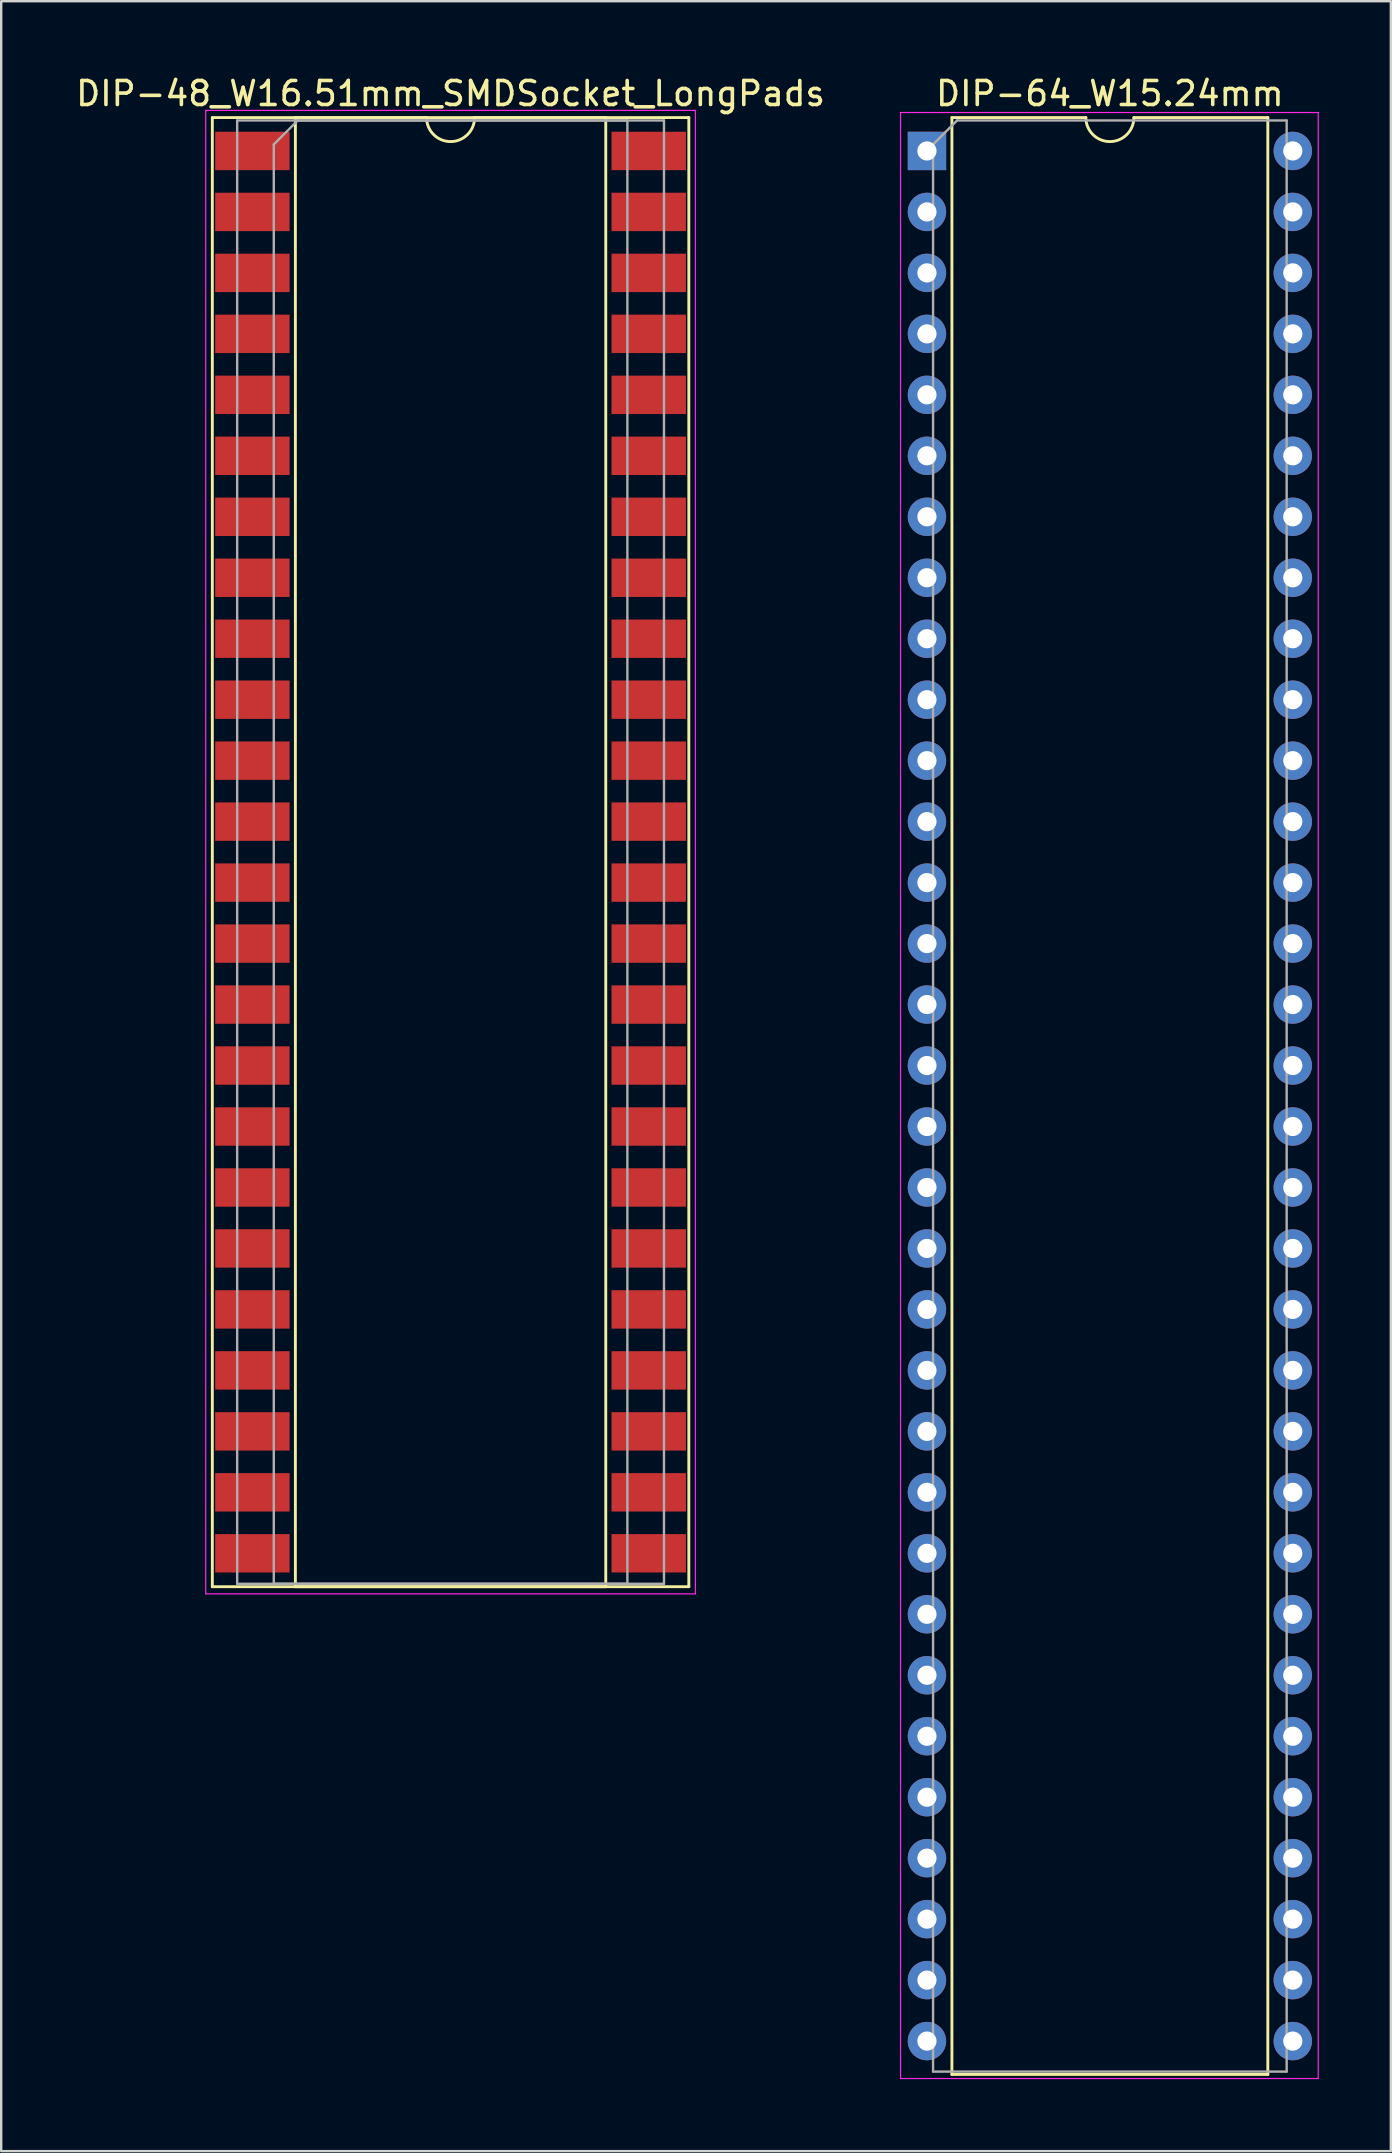
<source format=kicad_pcb>
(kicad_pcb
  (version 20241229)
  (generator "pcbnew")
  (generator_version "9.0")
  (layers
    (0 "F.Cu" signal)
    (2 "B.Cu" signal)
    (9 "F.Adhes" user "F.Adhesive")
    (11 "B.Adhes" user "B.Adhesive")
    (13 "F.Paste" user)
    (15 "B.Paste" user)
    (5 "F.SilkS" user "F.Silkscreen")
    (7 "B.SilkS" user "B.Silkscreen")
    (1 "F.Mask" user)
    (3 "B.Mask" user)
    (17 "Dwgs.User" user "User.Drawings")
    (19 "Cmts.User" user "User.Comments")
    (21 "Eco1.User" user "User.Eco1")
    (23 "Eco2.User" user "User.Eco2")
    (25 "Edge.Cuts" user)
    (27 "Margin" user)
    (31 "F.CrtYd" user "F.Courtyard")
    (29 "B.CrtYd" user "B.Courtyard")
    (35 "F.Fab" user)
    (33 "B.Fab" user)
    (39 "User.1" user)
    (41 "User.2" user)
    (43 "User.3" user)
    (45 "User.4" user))
  (footprint "DIP-64_W15.24mm"
    (layer "F.Cu")
    (at 35.565 3.238)
    (property "Reference" "DIP-64_W15.24mm" (at 7.62 -2.39 0) (layer "F.SilkS") (effects (font (size 1 1) (thickness 0.15))))
    (attr through_hole)
    (fp_line (start 1.04 -1.39) (end 1.04 80.13) (stroke (width 0.12) (type solid)) (layer "F.SilkS"))
    (fp_line (start 1.04 80.13) (end 14.2 80.13) (stroke (width 0.12) (type solid)) (layer "F.SilkS"))
    (fp_line (start 6.62 -1.39) (end 1.04 -1.39) (stroke (width 0.12) (type solid)) (layer "F.SilkS"))
    (fp_line (start 14.2 -1.39) (end 8.62 -1.39) (stroke (width 0.12) (type solid)) (layer "F.SilkS"))
    (fp_line (start 14.2 80.13) (end 14.2 -1.39) (stroke (width 0.12) (type solid)) (layer "F.SilkS"))
    (fp_arc (start 8.62 -1.39) (mid 7.62 -0.39) (end 6.62 -1.39) (stroke (width 0.12) (type solid)) (layer "F.SilkS"))
    (fp_line (start -1.1 -1.6) (end -1.1 80.3) (stroke (width 0.05) (type solid)) (layer "F.CrtYd"))
    (fp_line (start -1.1 80.3) (end 16.3 80.3) (stroke (width 0.05) (type solid)) (layer "F.CrtYd"))
    (fp_line (start 16.3 -1.6) (end -1.1 -1.6) (stroke (width 0.05) (type solid)) (layer "F.CrtYd"))
    (fp_line (start 16.3 80.3) (end 16.3 -1.6) (stroke (width 0.05) (type solid)) (layer "F.CrtYd"))
    (fp_line (start 0.255 -0.27) (end 1.255 -1.27) (stroke (width 0.1) (type solid)) (layer "F.Fab"))
    (fp_line (start 0.255 80.01) (end 0.255 -0.27) (stroke (width 0.1) (type solid)) (layer "F.Fab"))
    (fp_line (start 1.255 -1.27) (end 14.985 -1.27) (stroke (width 0.1) (type solid)) (layer "F.Fab"))
    (fp_line (start 14.985 -1.27) (end 14.985 80.01) (stroke (width 0.1) (type solid)) (layer "F.Fab"))
    (fp_line (start 14.985 80.01) (end 0.255 80.01) (stroke (width 0.1) (type solid)) (layer "F.Fab"))
    (pad "1" thru_hole rect (at 0 0) (size 1.6 1.6) (drill 0.8) (layers "*.Cu" "*.Mask"))
    (pad "2" thru_hole oval (at 0 2.54) (size 1.6 1.6) (drill 0.8) (layers "*.Cu" "*.Mask"))
    (pad "3" thru_hole oval (at 0 5.08) (size 1.6 1.6) (drill 0.8) (layers "*.Cu" "*.Mask"))
    (pad "4" thru_hole oval (at 0 7.62) (size 1.6 1.6) (drill 0.8) (layers "*.Cu" "*.Mask"))
    (pad "5" thru_hole oval (at 0 10.16) (size 1.6 1.6) (drill 0.8) (layers "*.Cu" "*.Mask"))
    (pad "6" thru_hole oval (at 0 12.7) (size 1.6 1.6) (drill 0.8) (layers "*.Cu" "*.Mask"))
    (pad "7" thru_hole oval (at 0 15.24) (size 1.6 1.6) (drill 0.8) (layers "*.Cu" "*.Mask"))
    (pad "8" thru_hole oval (at 0 17.78) (size 1.6 1.6) (drill 0.8) (layers "*.Cu" "*.Mask"))
    (pad "9" thru_hole oval (at 0 20.32) (size 1.6 1.6) (drill 0.8) (layers "*.Cu" "*.Mask"))
    (pad "10" thru_hole oval (at 0 22.86) (size 1.6 1.6) (drill 0.8) (layers "*.Cu" "*.Mask"))
    (pad "11" thru_hole oval (at 0 25.4) (size 1.6 1.6) (drill 0.8) (layers "*.Cu" "*.Mask"))
    (pad "12" thru_hole oval (at 0 27.94) (size 1.6 1.6) (drill 0.8) (layers "*.Cu" "*.Mask"))
    (pad "13" thru_hole oval (at 0 30.48) (size 1.6 1.6) (drill 0.8) (layers "*.Cu" "*.Mask"))
    (pad "14" thru_hole oval (at 0 33.02) (size 1.6 1.6) (drill 0.8) (layers "*.Cu" "*.Mask"))
    (pad "15" thru_hole oval (at 0 35.56) (size 1.6 1.6) (drill 0.8) (layers "*.Cu" "*.Mask"))
    (pad "16" thru_hole oval (at 0 38.1) (size 1.6 1.6) (drill 0.8) (layers "*.Cu" "*.Mask"))
    (pad "17" thru_hole oval (at 0 40.64) (size 1.6 1.6) (drill 0.8) (layers "*.Cu" "*.Mask"))
    (pad "18" thru_hole oval (at 0 43.18) (size 1.6 1.6) (drill 0.8) (layers "*.Cu" "*.Mask"))
    (pad "19" thru_hole oval (at 0 45.72) (size 1.6 1.6) (drill 0.8) (layers "*.Cu" "*.Mask"))
    (pad "20" thru_hole oval (at 0 48.26) (size 1.6 1.6) (drill 0.8) (layers "*.Cu" "*.Mask"))
    (pad "21" thru_hole oval (at 0 50.8) (size 1.6 1.6) (drill 0.8) (layers "*.Cu" "*.Mask"))
    (pad "22" thru_hole oval (at 0 53.34) (size 1.6 1.6) (drill 0.8) (layers "*.Cu" "*.Mask"))
    (pad "23" thru_hole oval (at 0 55.88) (size 1.6 1.6) (drill 0.8) (layers "*.Cu" "*.Mask"))
    (pad "24" thru_hole oval (at 0 58.42) (size 1.6 1.6) (drill 0.8) (layers "*.Cu" "*.Mask"))
    (pad "25" thru_hole oval (at 0 60.96) (size 1.6 1.6) (drill 0.8) (layers "*.Cu" "*.Mask"))
    (pad "26" thru_hole oval (at 0 63.5) (size 1.6 1.6) (drill 0.8) (layers "*.Cu" "*.Mask"))
    (pad "27" thru_hole oval (at 0 66.04) (size 1.6 1.6) (drill 0.8) (layers "*.Cu" "*.Mask"))
    (pad "28" thru_hole oval (at 0 68.58) (size 1.6 1.6) (drill 0.8) (layers "*.Cu" "*.Mask"))
    (pad "29" thru_hole oval (at 0 71.12) (size 1.6 1.6) (drill 0.8) (layers "*.Cu" "*.Mask"))
    (pad "30" thru_hole oval (at 0 73.66) (size 1.6 1.6) (drill 0.8) (layers "*.Cu" "*.Mask"))
    (pad "31" thru_hole oval (at 0 76.2) (size 1.6 1.6) (drill 0.8) (layers "*.Cu" "*.Mask"))
    (pad "32" thru_hole oval (at 0 78.74) (size 1.6 1.6) (drill 0.8) (layers "*.Cu" "*.Mask"))
    (pad "33" thru_hole oval (at 15.24 78.74) (size 1.6 1.6) (drill 0.8) (layers "*.Cu" "*.Mask"))
    (pad "34" thru_hole oval (at 15.24 76.2) (size 1.6 1.6) (drill 0.8) (layers "*.Cu" "*.Mask"))
    (pad "35" thru_hole oval (at 15.24 73.66) (size 1.6 1.6) (drill 0.8) (layers "*.Cu" "*.Mask"))
    (pad "36" thru_hole oval (at 15.24 71.12) (size 1.6 1.6) (drill 0.8) (layers "*.Cu" "*.Mask"))
    (pad "37" thru_hole oval (at 15.24 68.58) (size 1.6 1.6) (drill 0.8) (layers "*.Cu" "*.Mask"))
    (pad "38" thru_hole oval (at 15.24 66.04) (size 1.6 1.6) (drill 0.8) (layers "*.Cu" "*.Mask"))
    (pad "39" thru_hole oval (at 15.24 63.5) (size 1.6 1.6) (drill 0.8) (layers "*.Cu" "*.Mask"))
    (pad "40" thru_hole oval (at 15.24 60.96) (size 1.6 1.6) (drill 0.8) (layers "*.Cu" "*.Mask"))
    (pad "41" thru_hole oval (at 15.24 58.42) (size 1.6 1.6) (drill 0.8) (layers "*.Cu" "*.Mask"))
    (pad "42" thru_hole oval (at 15.24 55.88) (size 1.6 1.6) (drill 0.8) (layers "*.Cu" "*.Mask"))
    (pad "43" thru_hole oval (at 15.24 53.34) (size 1.6 1.6) (drill 0.8) (layers "*.Cu" "*.Mask"))
    (pad "44" thru_hole oval (at 15.24 50.8) (size 1.6 1.6) (drill 0.8) (layers "*.Cu" "*.Mask"))
    (pad "45" thru_hole oval (at 15.24 48.26) (size 1.6 1.6) (drill 0.8) (layers "*.Cu" "*.Mask"))
    (pad "46" thru_hole oval (at 15.24 45.72) (size 1.6 1.6) (drill 0.8) (layers "*.Cu" "*.Mask"))
    (pad "47" thru_hole oval (at 15.24 43.18) (size 1.6 1.6) (drill 0.8) (layers "*.Cu" "*.Mask"))
    (pad "48" thru_hole oval (at 15.24 40.64) (size 1.6 1.6) (drill 0.8) (layers "*.Cu" "*.Mask"))
    (pad "49" thru_hole oval (at 15.24 38.1) (size 1.6 1.6) (drill 0.8) (layers "*.Cu" "*.Mask"))
    (pad "50" thru_hole oval (at 15.24 35.56) (size 1.6 1.6) (drill 0.8) (layers "*.Cu" "*.Mask"))
    (pad "51" thru_hole oval (at 15.24 33.02) (size 1.6 1.6) (drill 0.8) (layers "*.Cu" "*.Mask"))
    (pad "52" thru_hole oval (at 15.24 30.48) (size 1.6 1.6) (drill 0.8) (layers "*.Cu" "*.Mask"))
    (pad "53" thru_hole oval (at 15.24 27.94) (size 1.6 1.6) (drill 0.8) (layers "*.Cu" "*.Mask"))
    (pad "54" thru_hole oval (at 15.24 25.4) (size 1.6 1.6) (drill 0.8) (layers "*.Cu" "*.Mask"))
    (pad "55" thru_hole oval (at 15.24 22.86) (size 1.6 1.6) (drill 0.8) (layers "*.Cu" "*.Mask"))
    (pad "56" thru_hole oval (at 15.24 20.32) (size 1.6 1.6) (drill 0.8) (layers "*.Cu" "*.Mask"))
    (pad "57" thru_hole oval (at 15.24 17.78) (size 1.6 1.6) (drill 0.8) (layers "*.Cu" "*.Mask"))
    (pad "58" thru_hole oval (at 15.24 15.24) (size 1.6 1.6) (drill 0.8) (layers "*.Cu" "*.Mask"))
    (pad "59" thru_hole oval (at 15.24 12.7) (size 1.6 1.6) (drill 0.8) (layers "*.Cu" "*.Mask"))
    (pad "60" thru_hole oval (at 15.24 10.16) (size 1.6 1.6) (drill 0.8) (layers "*.Cu" "*.Mask"))
    (pad "61" thru_hole oval (at 15.24 7.62) (size 1.6 1.6) (drill 0.8) (layers "*.Cu" "*.Mask"))
    (pad "62" thru_hole oval (at 15.24 5.08) (size 1.6 1.6) (drill 0.8) (layers "*.Cu" "*.Mask"))
    (pad "63" thru_hole oval (at 15.24 2.54) (size 1.6 1.6) (drill 0.8) (layers "*.Cu" "*.Mask"))
    (pad "64" thru_hole oval (at 15.24 0) (size 1.6 1.6) (drill 0.8) (layers "*.Cu" "*.Mask")))
  (footprint "DIP-48_W16.51mm_SMDSocket_LongPads"
    (layer "F.Cu")
    (at 15.72 32.448)
    (property "Reference" "DIP-48_W16.51mm_SMDSocket_LongPads" (at 0 -31.6 0) (layer "F.SilkS") (effects (font (size 1 1) (thickness 0.15))))
    (attr smd)
    (fp_line (start -9.925 -30.6) (end -9.925 30.6) (stroke (width 0.12) (type solid)) (layer "F.SilkS"))
    (fp_line (start -9.925 30.6) (end 9.925 30.6) (stroke (width 0.12) (type solid)) (layer "F.SilkS"))
    (fp_line (start -6.465 -30.6) (end -6.465 30.6) (stroke (width 0.12) (type solid)) (layer "F.SilkS"))
    (fp_line (start -6.465 30.6) (end 6.465 30.6) (stroke (width 0.12) (type solid)) (layer "F.SilkS"))
    (fp_line (start -1 -30.6) (end -6.465 -30.6) (stroke (width 0.12) (type solid)) (layer "F.SilkS"))
    (fp_line (start 6.465 -30.6) (end 1 -30.6) (stroke (width 0.12) (type solid)) (layer "F.SilkS"))
    (fp_line (start 6.465 30.6) (end 6.465 -30.6) (stroke (width 0.12) (type solid)) (layer "F.SilkS"))
    (fp_line (start 9.925 -30.6) (end -9.925 -30.6) (stroke (width 0.12) (type solid)) (layer "F.SilkS"))
    (fp_line (start 9.925 30.6) (end 9.925 -30.6) (stroke (width 0.12) (type solid)) (layer "F.SilkS"))
    (fp_arc (start 1 -30.6) (mid 0 -29.6) (end -1 -30.6) (stroke (width 0.12) (type solid)) (layer "F.SilkS"))
    (fp_line (start -10.2 -30.9) (end -10.2 30.9) (stroke (width 0.05) (type solid)) (layer "F.CrtYd"))
    (fp_line (start -10.2 30.9) (end 10.2 30.9) (stroke (width 0.05) (type solid)) (layer "F.CrtYd"))
    (fp_line (start 10.2 -30.9) (end -10.2 -30.9) (stroke (width 0.05) (type solid)) (layer "F.CrtYd"))
    (fp_line (start 10.2 30.9) (end 10.2 -30.9) (stroke (width 0.05) (type solid)) (layer "F.CrtYd"))
    (fp_line (start -8.89 -30.48) (end -8.89 30.48) (stroke (width 0.1) (type solid)) (layer "F.Fab"))
    (fp_line (start -8.89 30.48) (end 8.89 30.48) (stroke (width 0.1) (type solid)) (layer "F.Fab"))
    (fp_line (start -7.365 -29.48) (end -6.365 -30.48) (stroke (width 0.1) (type solid)) (layer "F.Fab"))
    (fp_line (start -7.365 30.48) (end -7.365 -29.48) (stroke (width 0.1) (type solid)) (layer "F.Fab"))
    (fp_line (start -6.365 -30.48) (end 7.365 -30.48) (stroke (width 0.1) (type solid)) (layer "F.Fab"))
    (fp_line (start 7.365 -30.48) (end 7.365 30.48) (stroke (width 0.1) (type solid)) (layer "F.Fab"))
    (fp_line (start 7.365 30.48) (end -7.365 30.48) (stroke (width 0.1) (type solid)) (layer "F.Fab"))
    (fp_line (start 8.89 -30.48) (end -8.89 -30.48) (stroke (width 0.1) (type solid)) (layer "F.Fab"))
    (fp_line (start 8.89 30.48) (end 8.89 -30.48) (stroke (width 0.1) (type solid)) (layer "F.Fab"))
    (pad "1" smd rect (at -8.255 -29.21) (size 3.1 1.6) (layers "F.Cu" "F.Mask"))
    (pad "2" smd rect (at -8.255 -26.67) (size 3.1 1.6) (layers "F.Cu" "F.Mask"))
    (pad "3" smd rect (at -8.255 -24.13) (size 3.1 1.6) (layers "F.Cu" "F.Mask"))
    (pad "4" smd rect (at -8.255 -21.59) (size 3.1 1.6) (layers "F.Cu" "F.Mask"))
    (pad "5" smd rect (at -8.255 -19.05) (size 3.1 1.6) (layers "F.Cu" "F.Mask"))
    (pad "6" smd rect (at -8.255 -16.51) (size 3.1 1.6) (layers "F.Cu" "F.Mask"))
    (pad "7" smd rect (at -8.255 -13.97) (size 3.1 1.6) (layers "F.Cu" "F.Mask"))
    (pad "8" smd rect (at -8.255 -11.43) (size 3.1 1.6) (layers "F.Cu" "F.Mask"))
    (pad "9" smd rect (at -8.255 -8.89) (size 3.1 1.6) (layers "F.Cu" "F.Mask"))
    (pad "10" smd rect (at -8.255 -6.35) (size 3.1 1.6) (layers "F.Cu" "F.Mask"))
    (pad "11" smd rect (at -8.255 -3.81) (size 3.1 1.6) (layers "F.Cu" "F.Mask"))
    (pad "12" smd rect (at -8.255 -1.27) (size 3.1 1.6) (layers "F.Cu" "F.Mask"))
    (pad "13" smd rect (at -8.255 1.27) (size 3.1 1.6) (layers "F.Cu" "F.Mask"))
    (pad "14" smd rect (at -8.255 3.81) (size 3.1 1.6) (layers "F.Cu" "F.Mask"))
    (pad "15" smd rect (at -8.255 6.35) (size 3.1 1.6) (layers "F.Cu" "F.Mask"))
    (pad "16" smd rect (at -8.255 8.89) (size 3.1 1.6) (layers "F.Cu" "F.Mask"))
    (pad "17" smd rect (at -8.255 11.43) (size 3.1 1.6) (layers "F.Cu" "F.Mask"))
    (pad "18" smd rect (at -8.255 13.97) (size 3.1 1.6) (layers "F.Cu" "F.Mask"))
    (pad "19" smd rect (at -8.255 16.51) (size 3.1 1.6) (layers "F.Cu" "F.Mask"))
    (pad "20" smd rect (at -8.255 19.05) (size 3.1 1.6) (layers "F.Cu" "F.Mask"))
    (pad "21" smd rect (at -8.255 21.59) (size 3.1 1.6) (layers "F.Cu" "F.Mask"))
    (pad "22" smd rect (at -8.255 24.13) (size 3.1 1.6) (layers "F.Cu" "F.Mask"))
    (pad "23" smd rect (at -8.255 26.67) (size 3.1 1.6) (layers "F.Cu" "F.Mask"))
    (pad "24" smd rect (at -8.255 29.21) (size 3.1 1.6) (layers "F.Cu" "F.Mask"))
    (pad "25" smd rect (at 8.255 29.21) (size 3.1 1.6) (layers "F.Cu" "F.Mask"))
    (pad "26" smd rect (at 8.255 26.67) (size 3.1 1.6) (layers "F.Cu" "F.Mask"))
    (pad "27" smd rect (at 8.255 24.13) (size 3.1 1.6) (layers "F.Cu" "F.Mask"))
    (pad "28" smd rect (at 8.255 21.59) (size 3.1 1.6) (layers "F.Cu" "F.Mask"))
    (pad "29" smd rect (at 8.255 19.05) (size 3.1 1.6) (layers "F.Cu" "F.Mask"))
    (pad "30" smd rect (at 8.255 16.51) (size 3.1 1.6) (layers "F.Cu" "F.Mask"))
    (pad "31" smd rect (at 8.255 13.97) (size 3.1 1.6) (layers "F.Cu" "F.Mask"))
    (pad "32" smd rect (at 8.255 11.43) (size 3.1 1.6) (layers "F.Cu" "F.Mask"))
    (pad "33" smd rect (at 8.255 8.89) (size 3.1 1.6) (layers "F.Cu" "F.Mask"))
    (pad "34" smd rect (at 8.255 6.35) (size 3.1 1.6) (layers "F.Cu" "F.Mask"))
    (pad "35" smd rect (at 8.255 3.81) (size 3.1 1.6) (layers "F.Cu" "F.Mask"))
    (pad "36" smd rect (at 8.255 1.27) (size 3.1 1.6) (layers "F.Cu" "F.Mask"))
    (pad "37" smd rect (at 8.255 -1.27) (size 3.1 1.6) (layers "F.Cu" "F.Mask"))
    (pad "38" smd rect (at 8.255 -3.81) (size 3.1 1.6) (layers "F.Cu" "F.Mask"))
    (pad "39" smd rect (at 8.255 -6.35) (size 3.1 1.6) (layers "F.Cu" "F.Mask"))
    (pad "40" smd rect (at 8.255 -8.89) (size 3.1 1.6) (layers "F.Cu" "F.Mask"))
    (pad "41" smd rect (at 8.255 -11.43) (size 3.1 1.6) (layers "F.Cu" "F.Mask"))
    (pad "42" smd rect (at 8.255 -13.97) (size 3.1 1.6) (layers "F.Cu" "F.Mask"))
    (pad "43" smd rect (at 8.255 -16.51) (size 3.1 1.6) (layers "F.Cu" "F.Mask"))
    (pad "44" smd rect (at 8.255 -19.05) (size 3.1 1.6) (layers "F.Cu" "F.Mask"))
    (pad "45" smd rect (at 8.255 -21.59) (size 3.1 1.6) (layers "F.Cu" "F.Mask"))
    (pad "46" smd rect (at 8.255 -24.13) (size 3.1 1.6) (layers "F.Cu" "F.Mask"))
    (pad "47" smd rect (at 8.255 -26.67) (size 3.1 1.6) (layers "F.Cu" "F.Mask"))
    (pad "48" smd rect (at 8.255 -29.21) (size 3.1 1.6) (layers "F.Cu" "F.Mask")))
  (gr_rect
    (start -3 -3)
    (end 54.89 86.563)
    (stroke (width 0.1) (type default))
    (fill no)
    (layer "Edge.Cuts")))
</source>
